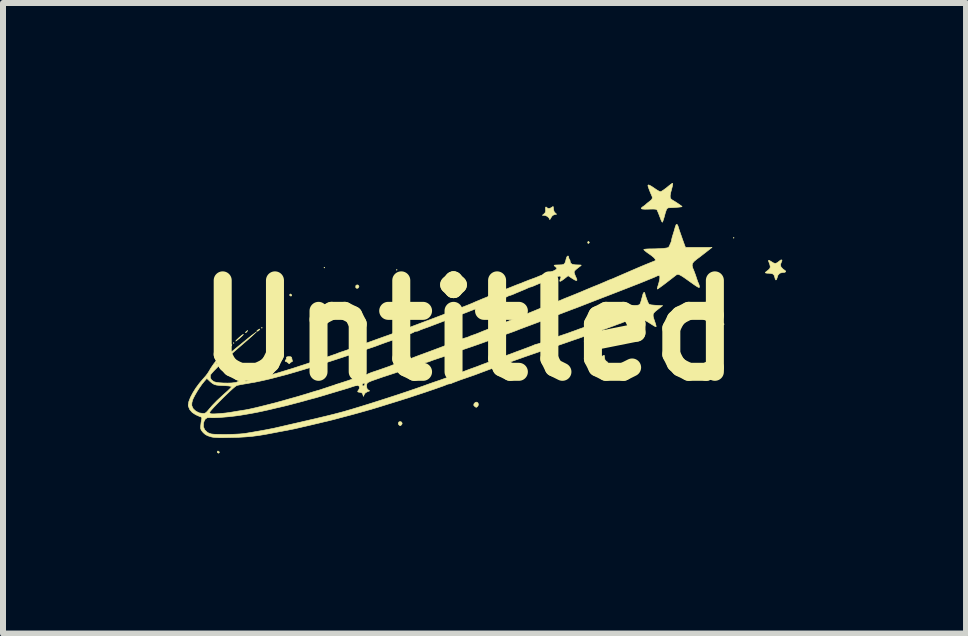
<source format=kicad_pcb>
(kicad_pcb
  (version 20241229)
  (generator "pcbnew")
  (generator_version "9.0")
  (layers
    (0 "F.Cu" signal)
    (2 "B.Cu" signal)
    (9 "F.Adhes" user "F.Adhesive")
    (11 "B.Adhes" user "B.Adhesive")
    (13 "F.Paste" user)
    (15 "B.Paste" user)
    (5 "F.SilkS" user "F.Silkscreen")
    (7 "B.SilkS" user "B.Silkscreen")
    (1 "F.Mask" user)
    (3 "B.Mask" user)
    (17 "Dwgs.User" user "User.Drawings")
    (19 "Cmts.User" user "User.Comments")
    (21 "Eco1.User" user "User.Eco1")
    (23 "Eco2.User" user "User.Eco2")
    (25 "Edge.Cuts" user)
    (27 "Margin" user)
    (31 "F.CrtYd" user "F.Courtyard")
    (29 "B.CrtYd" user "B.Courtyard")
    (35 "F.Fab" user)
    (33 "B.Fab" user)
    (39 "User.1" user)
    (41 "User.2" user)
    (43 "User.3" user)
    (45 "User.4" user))
  (footprint "Untitled"
    (layer "F.Cu")
    (at 4.761 2.456)
    (property "Reference" "Untitled" (at 0 0 0) (layer "F.SilkS") (effects (font (size 1.524 1.524) (thickness 0.3))))
    (attr through_hole)
    (fp_poly (pts (xy -3.912 0.21) (xy -3.918 0.216) (xy -3.924 0.21) (xy -3.918 0.203) (xy -3.912 0.21)) (stroke (width 0.01) (type solid)) (fill yes) (layer "F.SilkS"))
    (fp_poly (pts (xy -3.48 0.603) (xy -3.486 0.61) (xy -3.493 0.603) (xy -3.486 0.597) (xy -3.48 0.603)) (stroke (width 0.01) (type solid)) (fill yes) (layer "F.SilkS"))
    (fp_poly (pts (xy -3.442 -0.044) (xy -3.448 -0.038) (xy -3.454 -0.044) (xy -3.448 -0.051) (xy -3.442 -0.044)) (stroke (width 0.01) (type solid)) (fill yes) (layer "F.SilkS"))
    (fp_poly (pts (xy -3.442 0.578) (xy -3.448 0.584) (xy -3.454 0.578) (xy -3.448 0.572) (xy -3.442 0.578)) (stroke (width 0.01) (type solid)) (fill yes) (layer "F.SilkS"))
    (fp_poly (pts (xy -2.4 -1.048) (xy -2.407 -1.041) (xy -2.413 -1.048) (xy -2.407 -1.054) (xy -2.4 -1.048)) (stroke (width 0.01) (type solid)) (fill yes) (layer "F.SilkS"))
    (fp_poly (pts (xy -1.194 -1.01) (xy -1.2 -1.003) (xy -1.206 -1.01) (xy -1.2 -1.016) (xy -1.194 -1.01)) (stroke (width 0.01) (type solid)) (fill yes) (layer "F.SilkS"))
    (fp_poly (pts (xy 4.42 -1.543) (xy 4.413 -1.537) (xy 4.407 -1.543) (xy 4.413 -1.549) (xy 4.42 -1.543)) (stroke (width 0.01) (type solid)) (fill yes) (layer "F.SilkS"))
    (fp_poly (pts (xy -4.159 2.022) (xy -4.157 2.037) (xy -4.171 2.045) (xy -4.188 2.034) (xy -4.191 2.025) (xy -4.184 2.01) (xy -4.176 2.01) (xy -4.159 2.022)) (stroke (width 0.01) (type solid)) (fill yes) (layer "F.SilkS"))
    (fp_poly (pts (xy -2.953 -0.594) (xy -2.951 -0.579) (xy -2.964 -0.572) (xy -2.982 -0.582) (xy -2.985 -0.592) (xy -2.977 -0.606) (xy -2.969 -0.607) (xy -2.953 -0.594)) (stroke (width 0.01) (type solid)) (fill yes) (layer "F.SilkS"))
    (fp_poly (pts (xy -3.687 0.007) (xy -3.694 0.016) (xy -3.713 0.036) (xy -3.721 0.036) (xy -3.721 0.033) (xy -3.712 0.023) (xy -3.699 0.011) (xy -3.684 0.000096) (xy -3.687 0.007)) (stroke (width 0.01) (type solid)) (fill yes) (layer "F.SilkS"))
    (fp_poly (pts (xy -3.483 -0.019) (xy -3.491 -0.008) (xy -3.51 0.008) (xy -3.526 0.013) (xy -3.531 0.007) (xy -3.521 -0.003) (xy -3.502 -0.014) (xy -3.483 -0.024) (xy -3.483 -0.019)) (stroke (width 0.01) (type solid)) (fill yes) (layer "F.SilkS"))
    (fp_poly (pts (xy 2.008 -1.47) (xy 2.009 -1.467) (xy 1.999 -1.452) (xy 1.995 -1.45) (xy 1.983 -1.456) (xy 1.981 -1.467) (xy 1.988 -1.483) (xy 1.995 -1.483) (xy 2.008 -1.47)) (stroke (width 0.01) (type solid)) (fill yes) (layer "F.SilkS"))
    (fp_poly (pts (xy -3.509 0.628) (xy -3.526 0.641) (xy -3.559 0.66) (xy -3.562 0.662) (xy -3.574 0.666) (xy -3.564 0.655) (xy -3.556 0.649) (xy -3.53 0.631) (xy -3.512 0.623) (xy -3.512 0.623) (xy -3.509 0.628)) (stroke (width 0.01) (type solid)) (fill yes) (layer "F.SilkS"))
    (fp_poly (pts (xy -1.842 -0.754) (xy -1.831 -0.736) (xy -1.831 -0.727) (xy -1.844 -0.707) (xy -1.864 -0.701) (xy -1.881 -0.711) (xy -1.883 -0.715) (xy -1.883 -0.741) (xy -1.88 -0.749) (xy -1.862 -0.76) (xy -1.842 -0.754)) (stroke (width 0.01) (type solid)) (fill yes) (layer "F.SilkS"))
    (fp_poly (pts (xy -1.119 1.527) (xy -1.11 1.549) (xy -1.118 1.569) (xy -1.136 1.585) (xy -1.143 1.587) (xy -1.158 1.579) (xy -1.168 1.569) (xy -1.175 1.545) (xy -1.163 1.524) (xy -1.143 1.518) (xy -1.119 1.527)) (stroke (width 0.01) (type solid)) (fill yes) (layer "F.SilkS"))
    (fp_poly (pts (xy 0.15 1.204) (xy 0.16 1.227) (xy 0.155 1.254) (xy 0.148 1.264) (xy 0.131 1.279) (xy 0.118 1.279) (xy 0.097 1.264) (xy 0.082 1.246) (xy 0.087 1.223) (xy 0.088 1.22) (xy 0.109 1.199) (xy 0.127 1.194) (xy 0.15 1.204)) (stroke (width 0.01) (type solid)) (fill yes) (layer "F.SilkS"))
    (fp_poly (pts (xy -3.759 0.071) (xy -3.778 0.091) (xy -3.808 0.119) (xy -3.81 0.121) (xy -3.844 0.149) (xy -3.87 0.17) (xy -3.883 0.178) (xy -3.879 0.17) (xy -3.86 0.15) (xy -3.83 0.122) (xy -3.829 0.121) (xy -3.795 0.092) (xy -3.769 0.072) (xy -3.756 0.064) (xy -3.759 0.071)) (stroke (width 0.01) (type solid)) (fill yes) (layer "F.SilkS"))
    (fp_poly (pts (xy -2.385 -0.363) (xy -2.371 -0.341) (xy -2.369 -0.335) (xy -2.364 -0.31) (xy -2.365 -0.3) (xy -2.377 -0.292) (xy -2.388 -0.284) (xy -2.414 -0.278) (xy -2.432 -0.285) (xy -2.452 -0.306) (xy -2.453 -0.333) (xy -2.446 -0.359) (xy -2.426 -0.368) (xy -2.414 -0.368) (xy -2.385 -0.363)) (stroke (width 0.01) (type solid)) (fill yes) (layer "F.SilkS"))
    (fp_poly (pts (xy -2.965 0.439) (xy -2.952 0.45) (xy -2.951 0.456) (xy -2.945 0.485) (xy -2.941 0.498) (xy -2.939 0.517) (xy -2.947 0.521) (xy -2.967 0.53) (xy -2.977 0.541) (xy -2.991 0.555) (xy -3.004 0.547) (xy -3.009 0.541) (xy -3.031 0.524) (xy -3.043 0.521) (xy -3.059 0.513) (xy -3.057 0.497) (xy -3.047 0.488) (xy -3.038 0.47) (xy -3.039 0.459) (xy -3.037 0.444) (xy -3.018 0.438) (xy -2.998 0.436) (xy -2.965 0.439)) (stroke (width 0.01) (type solid)) (fill yes) (layer "F.SilkS"))
    (fp_poly (pts (xy 4.228 -0.175) (xy 4.229 -0.153) (xy 4.233 -0.126) (xy 4.242 -0.114) (xy 4.242 -0.114) (xy 4.254 -0.108) (xy 4.25 -0.096) (xy 4.231 -0.086) (xy 4.229 -0.085) (xy 4.208 -0.071) (xy 4.204 -0.058) (xy 4.194 -0.041) (xy 4.185 -0.038) (xy 4.168 -0.048) (xy 4.166 -0.057) (xy 4.155 -0.072) (xy 4.134 -0.076) (xy 4.109 -0.082) (xy 4.103 -0.095) (xy 4.12 -0.109) (xy 4.122 -0.11) (xy 4.136 -0.126) (xy 4.134 -0.149) (xy 4.131 -0.171) (xy 4.142 -0.174) (xy 4.152 -0.172) (xy 4.183 -0.171) (xy 4.203 -0.178) (xy 4.221 -0.184) (xy 4.228 -0.175)) (stroke (width 0.01) (type solid)) (fill yes) (layer "F.SilkS"))
    (fp_poly (pts (xy 1.408 -2.06) (xy 1.41 -2.034) (xy 1.41 -2.03) (xy 1.42 -1.983) (xy 1.437 -1.961) (xy 1.463 -1.937) (xy 1.427 -1.93) (xy 1.394 -1.915) (xy 1.369 -1.879) (xy 1.356 -1.855) (xy 1.348 -1.848) (xy 1.347 -1.851) (xy 1.335 -1.877) (xy 1.308 -1.901) (xy 1.274 -1.916) (xy 1.26 -1.918) (xy 1.226 -1.919) (xy 1.256 -1.944) (xy 1.276 -1.967) (xy 1.281 -1.995) (xy 1.279 -2.013) (xy 1.278 -2.044) (xy 1.285 -2.058) (xy 1.298 -2.051) (xy 1.302 -2.045) (xy 1.322 -2.033) (xy 1.352 -2.035) (xy 1.382 -2.05) (xy 1.386 -2.053) (xy 1.402 -2.065) (xy 1.408 -2.06)) (stroke (width 0.01) (type solid)) (fill yes) (layer "F.SilkS"))
    (fp_poly (pts (xy 2.259 0.418) (xy 2.261 0.442) (xy 2.261 0.449) (xy 2.269 0.489) (xy 2.289 0.512) (xy 2.318 0.532) (xy 2.285 0.533) (xy 2.247 0.543) (xy 2.226 0.568) (xy 2.223 0.587) (xy 2.217 0.607) (xy 2.206 0.606) (xy 2.194 0.587) (xy 2.192 0.578) (xy 2.18 0.554) (xy 2.155 0.546) (xy 2.146 0.546) (xy 2.117 0.541) (xy 2.109 0.529) (xy 2.126 0.512) (xy 2.129 0.51) (xy 2.143 0.494) (xy 2.143 0.463) (xy 2.142 0.459) (xy 2.138 0.429) (xy 2.145 0.421) (xy 2.167 0.429) (xy 2.173 0.433) (xy 2.2 0.439) (xy 2.229 0.426) (xy 2.23 0.426) (xy 2.251 0.414) (xy 2.259 0.418)) (stroke (width 0.01) (type solid)) (fill yes) (layer "F.SilkS"))
    (fp_poly (pts (xy 5.218 -1.173) (xy 5.216 -1.155) (xy 5.21 -1.143) (xy 5.193 -1.098) (xy 5.202 -1.058) (xy 5.235 -1.023) (xy 5.245 -1.016) (xy 5.275 -0.994) (xy 5.281 -0.978) (xy 5.262 -0.968) (xy 5.225 -0.965) (xy 5.182 -0.954) (xy 5.152 -0.922) (xy 5.138 -0.879) (xy 5.127 -0.847) (xy 5.116 -0.841) (xy 5.105 -0.859) (xy 5.101 -0.878) (xy 5.088 -0.919) (xy 5.066 -0.942) (xy 5.03 -0.951) (xy 5.002 -0.953) (xy 4.967 -0.954) (xy 4.944 -0.959) (xy 4.94 -0.962) (xy 4.95 -0.975) (xy 4.973 -0.993) (xy 4.979 -0.997) (xy 5.012 -1.026) (xy 5.024 -1.057) (xy 5.016 -1.098) (xy 5.011 -1.112) (xy 4.996 -1.151) (xy 4.994 -1.168) (xy 5.008 -1.167) (xy 5.038 -1.148) (xy 5.045 -1.144) (xy 5.082 -1.122) (xy 5.112 -1.117) (xy 5.142 -1.13) (xy 5.178 -1.159) (xy 5.203 -1.176) (xy 5.218 -1.173)) (stroke (width 0.01) (type solid)) (fill yes) (layer "F.SilkS"))
    (fp_poly (pts (xy 3.395 -2.451) (xy 3.398 -2.448) (xy 3.398 -2.434) (xy 3.392 -2.402) (xy 3.383 -2.367) (xy 3.365 -2.3) (xy 3.356 -2.252) (xy 3.356 -2.219) (xy 3.364 -2.196) (xy 3.382 -2.18) (xy 3.386 -2.177) (xy 3.453 -2.136) (xy 3.504 -2.102) (xy 3.538 -2.078) (xy 3.553 -2.065) (xy 3.553 -2.063) (xy 3.538 -2.059) (xy 3.504 -2.055) (xy 3.459 -2.051) (xy 3.41 -2.047) (xy 3.362 -2.045) (xy 3.351 -2.045) (xy 3.329 -2.044) (xy 3.312 -2.038) (xy 3.299 -2.024) (xy 3.287 -1.996) (xy 3.273 -1.953) (xy 3.256 -1.889) (xy 3.243 -1.847) (xy 3.232 -1.816) (xy 3.225 -1.803) (xy 3.225 -1.803) (xy 3.216 -1.814) (xy 3.203 -1.842) (xy 3.195 -1.864) (xy 3.165 -1.942) (xy 3.142 -1.997) (xy 3.137 -2.007) (xy 3.128 -2.015) (xy 3.108 -2.021) (xy 3.074 -2.023) (xy 3.021 -2.022) (xy 2.999 -2.021) (xy 2.934 -2.02) (xy 2.893 -2.023) (xy 2.874 -2.029) (xy 2.876 -2.041) (xy 2.896 -2.059) (xy 2.905 -2.065) (xy 2.934 -2.085) (xy 2.953 -2.102) (xy 2.97 -2.118) (xy 3 -2.141) (xy 3.013 -2.151) (xy 3.047 -2.18) (xy 3.059 -2.207) (xy 3.053 -2.237) (xy 3.049 -2.245) (xy 3.037 -2.272) (xy 3.021 -2.31) (xy 3.005 -2.351) (xy 2.992 -2.387) (xy 2.985 -2.411) (xy 2.985 -2.415) (xy 2.991 -2.425) (xy 3.011 -2.42) (xy 3.047 -2.4) (xy 3.093 -2.369) (xy 3.134 -2.341) (xy 3.169 -2.321) (xy 3.191 -2.312) (xy 3.193 -2.311) (xy 3.212 -2.319) (xy 3.243 -2.339) (xy 3.281 -2.367) (xy 3.286 -2.37) (xy 3.332 -2.408) (xy 3.363 -2.432) (xy 3.381 -2.445) (xy 3.391 -2.451) (xy 3.395 -2.451)) (stroke (width 0.01) (type solid)) (fill yes) (layer "F.SilkS"))
    (fp_poly (pts (xy 3.48 -1.754) (xy 3.491 -1.724) (xy 3.5 -1.693) (xy 3.516 -1.646) (xy 3.536 -1.589) (xy 3.557 -1.529) (xy 3.577 -1.473) (xy 3.593 -1.429) (xy 3.597 -1.419) (xy 3.61 -1.384) (xy 4.053 -1.384) (xy 3.96 -1.311) (xy 3.907 -1.27) (xy 3.852 -1.227) (xy 3.803 -1.191) (xy 3.794 -1.184) (xy 3.75 -1.147) (xy 3.726 -1.114) (xy 3.722 -1.079) (xy 3.734 -1.034) (xy 3.745 -1.01) (xy 3.761 -0.968) (xy 3.78 -0.917) (xy 3.791 -0.883) (xy 3.805 -0.841) (xy 3.816 -0.808) (xy 3.823 -0.794) (xy 3.832 -0.773) (xy 3.841 -0.745) (xy 3.844 -0.725) (xy 3.841 -0.716) (xy 3.828 -0.717) (xy 3.803 -0.731) (xy 3.763 -0.757) (xy 3.708 -0.796) (xy 3.635 -0.848) (xy 3.581 -0.886) (xy 3.54 -0.912) (xy 3.511 -0.927) (xy 3.49 -0.934) (xy 3.474 -0.933) (xy 3.461 -0.927) (xy 3.45 -0.919) (xy 3.429 -0.903) (xy 3.392 -0.874) (xy 3.345 -0.838) (xy 3.292 -0.797) (xy 3.283 -0.79) (xy 3.233 -0.752) (xy 3.19 -0.721) (xy 3.159 -0.699) (xy 3.143 -0.69) (xy 3.141 -0.69) (xy 3.142 -0.704) (xy 3.149 -0.733) (xy 3.155 -0.751) (xy 3.169 -0.8) (xy 3.181 -0.851) (xy 3.182 -0.86) (xy 3.184 -0.898) (xy 3.173 -0.915) (xy 3.147 -0.912) (xy 3.127 -0.903) (xy 3.106 -0.893) (xy 3.076 -0.88) (xy 3.03 -0.861) (xy 3.007 -0.852) (xy 2.975 -0.839) (xy 2.937 -0.823) (xy 2.934 -0.822) (xy 2.92 -0.816) (xy 2.897 -0.807) (xy 2.863 -0.793) (xy 2.817 -0.775) (xy 2.758 -0.752) (xy 2.684 -0.723) (xy 2.594 -0.688) (xy 2.486 -0.646) (xy 2.36 -0.597) (xy 2.214 -0.541) (xy 2.046 -0.476) (xy 1.918 -0.426) (xy 1.862 -0.404) (xy 1.792 -0.377) (xy 1.716 -0.349) (xy 1.651 -0.324) (xy 1.59 -0.301) (xy 1.536 -0.28) (xy 1.493 -0.264) (xy 1.469 -0.255) (xy 1.467 -0.254) (xy 1.446 -0.245) (xy 1.406 -0.23) (xy 1.354 -0.211) (xy 1.294 -0.188) (xy 1.286 -0.185) (xy 1.207 -0.156) (xy 1.117 -0.122) (xy 1.029 -0.089) (xy 0.975 -0.069) (xy 0.914 -0.046) (xy 0.86 -0.026) (xy 0.819 -0.01) (xy 0.795 -0.000441) (xy 0.794 0.000162) (xy 0.771 0.009) (xy 0.731 0.024) (xy 0.681 0.042) (xy 0.66 0.049) (xy 0.564 0.083) (xy 0.489 0.109) (xy 0.433 0.129) (xy 0.391 0.144) (xy 0.363 0.155) (xy 0.344 0.162) (xy 0.337 0.166) (xy 0.313 0.176) (xy 0.269 0.192) (xy 0.211 0.213) (xy 0.143 0.237) (xy 0.069 0.263) (xy -0.005 0.288) (xy -0.075 0.312) (xy -0.095 0.319) (xy -0.15 0.338) (xy -0.2 0.356) (xy -0.237 0.37) (xy -0.248 0.374) (xy -0.274 0.385) (xy -0.319 0.401) (xy -0.375 0.421) (xy -0.438 0.442) (xy -0.445 0.444) (xy -0.506 0.464) (xy -0.561 0.483) (xy -0.603 0.497) (xy -0.627 0.506) (xy -0.629 0.507) (xy -0.662 0.52) (xy -0.679 0.525) (xy -0.697 0.53) (xy -0.728 0.54) (xy -0.777 0.556) (xy -0.843 0.578) (xy -0.93 0.608) (xy -1.038 0.645) (xy -1.067 0.655) (xy -1.097 0.665) (xy -1.146 0.681) (xy -1.21 0.702) (xy -1.283 0.726) (xy -1.359 0.751) (xy -1.436 0.776) (xy -1.508 0.801) (xy -1.571 0.823) (xy -1.619 0.84) (xy -1.648 0.852) (xy -1.681 0.868) (xy -1.697 0.885) (xy -1.702 0.91) (xy -1.702 0.926) (xy -1.698 0.964) (xy -1.684 0.985) (xy -1.673 0.992) (xy -1.655 1.003) (xy -1.657 1.01) (xy -1.681 1.017) (xy -1.684 1.018) (xy -1.723 1.04) (xy -1.74 1.063) (xy -1.756 1.099) (xy -1.765 1.067) (xy -1.778 1.043) (xy -1.805 1.032) (xy -1.813 1.031) (xy -1.844 1.026) (xy -1.852 1.015) (xy -1.839 0.995) (xy -1.834 0.989) (xy -1.822 0.963) (xy -1.824 0.936) (xy -1.839 0.917) (xy -1.851 0.914) (xy -1.874 0.918) (xy -1.911 0.928) (xy -1.942 0.938) (xy -1.998 0.957) (xy -2.057 0.975) (xy -2.083 0.983) (xy -2.135 0.998) (xy -2.195 1.016) (xy -2.235 1.028) (xy -2.335 1.058) (xy -2.414 1.082) (xy -2.475 1.1) (xy -2.52 1.113) (xy -2.554 1.123) (xy -2.578 1.129) (xy -2.578 1.129) (xy -2.612 1.138) (xy -2.661 1.151) (xy -2.715 1.166) (xy -2.724 1.169) (xy -2.827 1.197) (xy -2.911 1.219) (xy -2.979 1.237) (xy -3.037 1.252) (xy -3.088 1.264) (xy -3.138 1.276) (xy -3.169 1.283) (xy -3.217 1.294) (xy -3.267 1.306) (xy -3.27 1.307) (xy -3.347 1.325) (xy -3.433 1.344) (xy -3.518 1.362) (xy -3.575 1.373) (xy -3.63 1.383) (xy -3.687 1.393) (xy -3.715 1.398) (xy -3.799 1.412) (xy -3.891 1.425) (xy -3.985 1.436) (xy -4.077 1.444) (xy -4.162 1.451) (xy -4.234 1.454) (xy -4.289 1.454) (xy -4.311 1.452) (xy -4.357 1.454) (xy -4.39 1.475) (xy -4.412 1.517) (xy -4.42 1.545) (xy -4.422 1.604) (xy -4.4 1.656) (xy -4.357 1.697) (xy -4.337 1.708) (xy -4.316 1.717) (xy -4.293 1.724) (xy -4.263 1.728) (xy -4.222 1.731) (xy -4.166 1.732) (xy -4.091 1.733) (xy -4.058 1.733) (xy -3.975 1.732) (xy -3.893 1.729) (xy -3.818 1.725) (xy -3.757 1.72) (xy -3.727 1.716) (xy -3.668 1.706) (xy -3.596 1.694) (xy -3.516 1.68) (xy -3.436 1.666) (xy -3.361 1.652) (xy -3.296 1.639) (xy -3.248 1.63) (xy -3.232 1.626) (xy -3.11 1.598) (xy -2.963 1.564) (xy -2.792 1.525) (xy -2.756 1.516) (xy -2.697 1.503) (xy -2.634 1.488) (xy -2.597 1.48) (xy -2.484 1.453) (xy -2.367 1.425) (xy -2.254 1.397) (xy -2.151 1.37) (xy -2.065 1.347) (xy -2.057 1.344) (xy -1.94 1.31) (xy -1.805 1.269) (xy -1.656 1.223) (xy -1.499 1.173) (xy -1.34 1.122) (xy -1.183 1.071) (xy -1.034 1.021) (xy -0.899 0.975) (xy -0.782 0.934) (xy -0.781 0.934) (xy -0.715 0.91) (xy -0.645 0.885) (xy -0.582 0.863) (xy -0.559 0.855) (xy -0.467 0.824) (xy -0.352 0.782) (xy -0.216 0.732) (xy -0.102 0.69) (xy -0.041 0.667) (xy 0.02 0.644) (xy 0.071 0.626) (xy 0.089 0.619) (xy 0.132 0.604) (xy 0.168 0.59) (xy 0.184 0.584) (xy 0.206 0.575) (xy 0.246 0.56) (xy 0.297 0.541) (xy 0.337 0.527) (xy 0.398 0.504) (xy 0.473 0.476) (xy 0.555 0.445) (xy 0.632 0.416) (xy 0.641 0.412) (xy 0.718 0.384) (xy 0.799 0.353) (xy 0.876 0.325) (xy 0.94 0.301) (xy 0.946 0.299) (xy 1.001 0.278) (xy 1.048 0.26) (xy 1.082 0.246) (xy 1.095 0.24) (xy 1.122 0.23) (xy 1.133 0.229) (xy 1.15 0.224) (xy 1.186 0.213) (xy 1.235 0.195) (xy 1.292 0.174) (xy 1.351 0.152) (xy 1.408 0.13) (xy 1.416 0.126) (xy 1.441 0.117) (xy 1.481 0.103) (xy 1.524 0.089) (xy 1.579 0.07) (xy 1.642 0.049) (xy 1.705 0.026) (xy 1.761 0.006) (xy 1.802 -0.009) (xy 1.81 -0.012) (xy 1.836 -0.022) (xy 1.882 -0.038) (xy 1.946 -0.06) (xy 2.032 -0.088) (xy 2.139 -0.124) (xy 2.268 -0.166) (xy 2.33 -0.187) (xy 2.433 -0.221) (xy 2.515 -0.247) (xy 2.577 -0.268) (xy 2.623 -0.284) (xy 2.654 -0.296) (xy 2.675 -0.305) (xy 2.686 -0.311) (xy 2.691 -0.317) (xy 2.693 -0.323) (xy 2.692 -0.329) (xy 2.682 -0.348) (xy 2.656 -0.365) (xy 2.654 -0.367) (xy 2.629 -0.382) (xy 2.62 -0.397) (xy 2.62 -0.398) (xy 2.624 -0.405) (xy 2.633 -0.41) (xy 2.652 -0.413) (xy 2.684 -0.415) (xy 2.736 -0.417) (xy 2.766 -0.417) (xy 2.807 -0.419) (xy 2.834 -0.425) (xy 2.852 -0.439) (xy 2.864 -0.468) (xy 2.878 -0.515) (xy 2.881 -0.527) (xy 2.892 -0.567) (xy 2.901 -0.601) (xy 2.902 -0.606) (xy 2.913 -0.629) (xy 2.926 -0.635) (xy 2.933 -0.622) (xy 2.934 -0.618) (xy 2.938 -0.598) (xy 2.95 -0.562) (xy 2.965 -0.52) (xy 2.981 -0.478) (xy 2.996 -0.446) (xy 2.996 -0.445) (xy 3.01 -0.434) (xy 3.04 -0.426) (xy 3.09 -0.421) (xy 3.118 -0.419) (xy 3.23 -0.413) (xy 3.158 -0.357) (xy 3.111 -0.32) (xy 3.083 -0.291) (xy 3.071 -0.263) (xy 3.073 -0.23) (xy 3.086 -0.185) (xy 3.093 -0.165) (xy 3.108 -0.12) (xy 3.119 -0.084) (xy 3.122 -0.064) (xy 3.122 -0.063) (xy 3.11 -0.064) (xy 3.084 -0.078) (xy 3.047 -0.101) (xy 3.036 -0.108) (xy 2.994 -0.135) (xy 2.958 -0.156) (xy 2.933 -0.165) (xy 2.931 -0.165) (xy 2.91 -0.157) (xy 2.877 -0.137) (xy 2.838 -0.107) (xy 2.83 -0.101) (xy 2.793 -0.072) (xy 2.764 -0.051) (xy 2.748 -0.043) (xy 2.746 -0.043) (xy 2.746 -0.058) (xy 2.753 -0.089) (xy 2.761 -0.116) (xy 2.772 -0.156) (xy 2.775 -0.184) (xy 2.772 -0.192) (xy 2.755 -0.194) (xy 2.721 -0.188) (xy 2.677 -0.175) (xy 2.628 -0.159) (xy 2.584 -0.141) (xy 2.555 -0.129) (xy 2.518 -0.115) (xy 2.515 -0.114) (xy 2.477 -0.101) (xy 2.447 -0.089) (xy 2.445 -0.089) (xy 2.421 -0.079) (xy 2.381 -0.065) (xy 2.333 -0.047) (xy 2.324 -0.044) (xy 2.275 -0.026) (xy 2.233 -0.011) (xy 2.206 -0.000258) (xy 2.203 0.001) (xy 2.176 0.011) (xy 2.137 0.025) (xy 2.121 0.03) (xy 2.091 0.04) (xy 2.042 0.057) (xy 1.979 0.079) (xy 1.906 0.104) (xy 1.828 0.132) (xy 1.822 0.134) (xy 1.728 0.166) (xy 1.622 0.203) (xy 1.515 0.24) (xy 1.415 0.274) (xy 1.359 0.293) (xy 1.257 0.327) (xy 1.157 0.361) (xy 1.053 0.397) (xy 0.94 0.436) (xy 0.814 0.481) (xy 0.705 0.52) (xy 0.646 0.541) (xy 0.575 0.566) (xy 0.504 0.591) (xy 0.476 0.601) (xy 0.405 0.627) (xy 0.325 0.656) (xy 0.251 0.684) (xy 0.229 0.692) (xy 0.168 0.715) (xy 0.107 0.738) (xy 0.056 0.756) (xy 0.038 0.762) (xy -0.034 0.787) (xy -0.104 0.811) (xy -0.169 0.834) (xy -0.223 0.855) (xy -0.264 0.87) (xy -0.286 0.88) (xy -0.289 0.882) (xy -0.307 0.888) (xy -0.32 0.889) (xy -0.351 0.895) (xy -0.365 0.901) (xy -0.387 0.91) (xy -0.428 0.926) (xy -0.488 0.947) (xy -0.561 0.973) (xy -0.644 1.001) (xy -0.734 1.032) (xy -0.828 1.063) (xy -0.922 1.094) (xy -1.012 1.124) (xy -1.096 1.15) (xy -1.13 1.161) (xy -1.262 1.202) (xy -1.375 1.237) (xy -1.468 1.266) (xy -1.54 1.288) (xy -1.59 1.303) (xy -1.617 1.311) (xy -1.619 1.312) (xy -1.643 1.319) (xy -1.684 1.33) (xy -1.732 1.344) (xy -1.74 1.346) (xy -1.8 1.363) (xy -1.875 1.384) (xy -1.959 1.407) (xy -2.047 1.43) (xy -2.134 1.453) (xy -2.215 1.475) (xy -2.285 1.493) (xy -2.339 1.506) (xy -2.362 1.512) (xy -2.39 1.518) (xy -2.437 1.529) (xy -2.497 1.544) (xy -2.566 1.56) (xy -2.603 1.569) (xy -2.706 1.593) (xy -2.789 1.612) (xy -2.857 1.628) (xy -2.914 1.641) (xy -2.967 1.651) (xy -3.018 1.662) (xy -3.074 1.672) (xy -3.099 1.677) (xy -3.14 1.684) (xy -3.195 1.695) (xy -3.252 1.706) (xy -3.258 1.707) (xy -3.39 1.732) (xy -3.507 1.751) (xy -3.616 1.765) (xy -3.726 1.774) (xy -3.844 1.781) (xy -3.975 1.784) (xy -4.078 1.786) (xy -4.159 1.786) (xy -4.22 1.783) (xy -4.264 1.779) (xy -4.293 1.773) (xy -4.349 1.755) (xy -4.389 1.734) (xy -4.422 1.705) (xy -4.438 1.687) (xy -4.459 1.659) (xy -4.468 1.631) (xy -4.467 1.593) (xy -4.466 1.582) (xy -4.461 1.537) (xy -4.454 1.496) (xy -4.451 1.483) (xy -4.448 1.456) (xy -4.46 1.442) (xy -4.466 1.44) (xy -4.49 1.431) (xy -4.528 1.414) (xy -4.554 1.402) (xy -4.608 1.366) (xy -4.649 1.319) (xy -4.671 1.266) (xy -4.673 1.245) (xy -4.616 1.245) (xy -4.615 1.255) (xy -4.591 1.306) (xy -4.547 1.346) (xy -4.49 1.374) (xy -4.431 1.383) (xy -4.401 1.381) (xy -4.377 1.368) (xy -4.351 1.341) (xy -4.342 1.33) (xy -4.273 1.249) (xy -4.196 1.17) (xy -4.107 1.087) (xy -4.067 1.051) (xy -4.022 1.011) (xy -3.985 0.976) (xy -3.961 0.95) (xy -3.953 0.936) (xy -3.953 0.936) (xy -3.967 0.93) (xy -4.003 0.924) (xy -4.055 0.92) (xy -4.087 0.919) (xy -4.155 0.916) (xy -4.205 0.91) (xy -4.243 0.899) (xy -4.275 0.88) (xy -4.309 0.852) (xy -4.319 0.842) (xy -4.365 0.799) (xy -4.407 0.847) (xy -4.446 0.895) (xy -4.488 0.955) (xy -4.529 1.019) (xy -4.565 1.082) (xy -4.592 1.135) (xy -4.602 1.16) (xy -4.614 1.205) (xy -4.616 1.245) (xy -4.673 1.245) (xy -4.674 1.24) (xy -4.665 1.186) (xy -4.639 1.118) (xy -4.599 1.042) (xy -4.548 0.96) (xy -4.487 0.878) (xy -4.42 0.8) (xy -4.383 0.758) (xy -4.35 0.714) (xy -4.328 0.679) (xy -4.296 0.625) (xy -4.253 0.562) (xy -4.202 0.495) (xy -4.148 0.428) (xy -4.093 0.364) (xy -4.041 0.309) (xy -3.995 0.267) (xy -3.96 0.241) (xy -3.957 0.239) (xy -3.948 0.236) (xy -3.948 0.241) (xy -3.96 0.256) (xy -3.984 0.284) (xy -4.022 0.325) (xy -4.076 0.383) (xy -4.088 0.395) (xy -4.135 0.448) (xy -4.172 0.494) (xy -4.196 0.529) (xy -4.204 0.55) (xy -4.195 0.554) (xy -4.172 0.542) (xy -4.137 0.518) (xy -4.095 0.483) (xy -4.083 0.471) (xy -4.043 0.436) (xy -4.005 0.402) (xy -3.981 0.381) (xy -3.932 0.34) (xy -3.873 0.291) (xy -3.809 0.239) (xy -3.746 0.187) (xy -3.688 0.14) (xy -3.639 0.101) (xy -3.604 0.073) (xy -3.6 0.071) (xy -3.537 0.022) (xy -3.589 0.071) (xy -3.621 0.1) (xy -3.665 0.14) (xy -3.716 0.184) (xy -3.753 0.216) (xy -3.833 0.285) (xy -3.914 0.356) (xy -3.994 0.428) (xy -4.069 0.499) (xy -4.139 0.564) (xy -4.199 0.624) (xy -4.248 0.674) (xy -4.283 0.713) (xy -4.303 0.738) (xy -4.305 0.743) (xy -4.308 0.784) (xy -4.289 0.822) (xy -4.25 0.852) (xy -4.243 0.855) (xy -4.207 0.865) (xy -4.152 0.872) (xy -4.087 0.876) (xy -4.018 0.877) (xy -3.952 0.875) (xy -3.898 0.869) (xy -3.873 0.864) (xy -3.845 0.851) (xy -3.803 0.826) (xy -3.753 0.794) (xy -3.717 0.768) (xy -3.665 0.73) (xy -3.628 0.705) (xy -3.606 0.692) (xy -3.6 0.692) (xy -3.613 0.705) (xy -3.644 0.732) (xy -3.664 0.749) (xy -3.708 0.786) (xy -3.73 0.814) (xy -3.732 0.834) (xy -3.722 0.844) (xy -3.701 0.845) (xy -3.687 0.84) (xy -3.667 0.834) (xy -3.627 0.822) (xy -3.572 0.808) (xy -3.507 0.792) (xy -3.467 0.782) (xy -3.384 0.762) (xy -3.319 0.746) (xy -3.268 0.732) (xy -3.224 0.72) (xy -3.182 0.708) (xy -3.15 0.698) (xy -3.123 0.69) (xy -3.081 0.677) (xy -3.028 0.661) (xy -3.004 0.653) (xy -2.956 0.639) (xy -2.893 0.619) (xy -2.817 0.594) (xy -2.733 0.567) (xy -2.644 0.537) (xy -2.553 0.508) (xy -2.466 0.478) (xy -2.385 0.451) (xy -2.314 0.427) (xy -2.257 0.407) (xy -2.218 0.394) (xy -2.203 0.388) (xy -2.168 0.374) (xy -2.123 0.358) (xy -2.102 0.352) (xy -2.062 0.338) (xy -2.007 0.319) (xy -1.946 0.298) (xy -1.911 0.285) (xy -1.853 0.264) (xy -1.789 0.24) (xy -1.715 0.214) (xy -1.629 0.183) (xy -1.527 0.146) (xy -1.407 0.103) (xy -1.333 0.077) (xy -1.265 0.052) (xy -1.194 0.026) (xy -1.13 0.003) (xy -1.092 -0.012) (xy -1.041 -0.031) (xy -0.975 -0.056) (xy -0.904 -0.083) (xy -0.845 -0.105) (xy -0.704 -0.158) (xy -0.566 -0.21) (xy -0.435 -0.26) (xy -0.313 -0.307) (xy -0.201 -0.35) (xy -0.103 -0.389) (xy -0.021 -0.421) (xy 0.043 -0.447) (xy 0.087 -0.466) (xy 0.095 -0.47) (xy 0.127 -0.484) (xy 0.176 -0.504) (xy 0.235 -0.529) (xy 0.292 -0.552) (xy 0.352 -0.577) (xy 0.407 -0.599) (xy 0.451 -0.617) (xy 0.476 -0.628) (xy 0.517 -0.645) (xy 0.571 -0.667) (xy 0.632 -0.693) (xy 0.696 -0.718) (xy 0.755 -0.742) (xy 0.803 -0.761) (xy 0.835 -0.773) (xy 0.838 -0.774) (xy 0.881 -0.79) (xy 0.92 -0.807) (xy 0.921 -0.807) (xy 0.954 -0.82) (xy 0.999 -0.838) (xy 1.035 -0.851) (xy 1.081 -0.868) (xy 1.122 -0.883) (xy 1.143 -0.892) (xy 1.179 -0.907) (xy 1.212 -0.92) (xy 1.25 -0.933) (xy 1.3 -0.951) (xy 1.327 -0.96) (xy 1.377 -0.978) (xy 1.42 -0.996) (xy 1.448 -1.011) (xy 1.452 -1.014) (xy 1.467 -1.03) (xy 1.464 -1.043) (xy 1.449 -1.056) (xy 1.429 -1.074) (xy 1.422 -1.085) (xy 1.434 -1.089) (xy 1.464 -1.091) (xy 1.505 -1.092) (xy 1.552 -1.094) (xy 1.582 -1.102) (xy 1.601 -1.121) (xy 1.614 -1.157) (xy 1.624 -1.199) (xy 1.635 -1.227) (xy 1.649 -1.241) (xy 1.66 -1.238) (xy 1.664 -1.221) (xy 1.669 -1.196) (xy 1.676 -1.187) (xy 1.686 -1.17) (xy 1.689 -1.149) (xy 1.697 -1.121) (xy 1.723 -1.103) (xy 1.768 -1.094) (xy 1.812 -1.092) (xy 1.853 -1.091) (xy 1.872 -1.089) (xy 1.872 -1.083) (xy 1.858 -1.072) (xy 1.854 -1.069) (xy 1.823 -1.046) (xy 1.788 -1.017) (xy 1.785 -1.015) (xy 1.762 -0.991) (xy 1.755 -0.973) (xy 1.761 -0.947) (xy 1.764 -0.938) (xy 1.779 -0.9) (xy 1.794 -0.868) (xy 1.794 -0.867) (xy 1.803 -0.84) (xy 1.794 -0.831) (xy 1.768 -0.84) (xy 1.724 -0.866) (xy 1.723 -0.867) (xy 1.655 -0.912) (xy 1.589 -0.86) (xy 1.548 -0.83) (xy 1.524 -0.818) (xy 1.515 -0.823) (xy 1.521 -0.846) (xy 1.526 -0.856) (xy 1.535 -0.883) (xy 1.534 -0.899) (xy 1.519 -0.906) (xy 1.489 -0.902) (xy 1.442 -0.888) (xy 1.374 -0.863) (xy 1.331 -0.845) (xy 1.263 -0.818) (xy 1.199 -0.792) (xy 1.144 -0.769) (xy 1.106 -0.753) (xy 1.096 -0.748) (xy 1.061 -0.734) (xy 1.035 -0.725) (xy 1.029 -0.724) (xy 1.007 -0.718) (xy 0.994 -0.712) (xy 0.971 -0.701) (xy 0.933 -0.684) (xy 0.889 -0.666) (xy 0.837 -0.644) (xy 0.786 -0.623) (xy 0.753 -0.608) (xy 0.718 -0.594) (xy 0.692 -0.585) (xy 0.687 -0.584) (xy 0.669 -0.579) (xy 0.638 -0.564) (xy 0.615 -0.552) (xy 0.578 -0.534) (xy 0.55 -0.523) (xy 0.54 -0.521) (xy 0.517 -0.515) (xy 0.472 -0.5) (xy 0.405 -0.474) (xy 0.349 -0.451) (xy 0.322 -0.44) (xy 0.278 -0.423) (xy 0.223 -0.402) (xy 0.171 -0.382) (xy 0.107 -0.357) (xy 0.042 -0.332) (xy -0.014 -0.31) (xy -0.044 -0.298) (xy -0.082 -0.284) (xy -0.138 -0.263) (xy -0.208 -0.236) (xy -0.287 -0.205) (xy -0.371 -0.173) (xy -0.455 -0.141) (xy -0.533 -0.111) (xy -0.602 -0.085) (xy -0.641 -0.07) (xy -0.692 -0.051) (xy -0.741 -0.034) (xy -0.768 -0.024) (xy -0.803 -0.011) (xy -0.827 0.000016) (xy -0.831 0.003) (xy -0.853 0.011) (xy -0.87 0.013) (xy -0.897 0.018) (xy -0.909 0.024) (xy -0.927 0.035) (xy -0.96 0.049) (xy -0.978 0.055) (xy -1.054 0.082) (xy -1.121 0.105) (xy -1.174 0.124) (xy -1.208 0.137) (xy -1.213 0.139) (xy -1.244 0.151) (xy -1.276 0.163) (xy -1.326 0.18) (xy -1.381 0.199) (xy -1.436 0.219) (xy -1.485 0.237) (xy -1.519 0.25) (xy -1.53 0.254) (xy -1.549 0.261) (xy -1.589 0.275) (xy -1.646 0.294) (xy -1.717 0.318) (xy -1.8 0.346) (xy -1.89 0.376) (xy -1.985 0.408) (xy -2.081 0.44) (xy -2.175 0.471) (xy -2.264 0.5) (xy -2.344 0.526) (xy -2.413 0.548) (xy -2.466 0.565) (xy -2.496 0.575) (xy -2.56 0.594) (xy -2.631 0.615) (xy -2.692 0.633) (xy -2.748 0.65) (xy -2.802 0.666) (xy -2.844 0.679) (xy -2.845 0.679) (xy -2.892 0.693) (xy -2.954 0.711) (xy -3.023 0.731) (xy -3.09 0.749) (xy -3.137 0.761) (xy -3.18 0.772) (xy -3.227 0.785) (xy -3.232 0.786) (xy -3.298 0.803) (xy -3.373 0.821) (xy -3.449 0.838) (xy -3.519 0.853) (xy -3.573 0.864) (xy -3.581 0.865) (xy -3.629 0.873) (xy -3.69 0.884) (xy -3.75 0.894) (xy -3.756 0.895) (xy -3.805 0.904) (xy -3.844 0.912) (xy -3.867 0.917) (xy -3.87 0.919) (xy -3.896 0.938) (xy -3.934 0.97) (xy -3.981 1.013) (xy -4.034 1.064) (xy -4.09 1.118) (xy -4.146 1.174) (xy -4.199 1.228) (xy -4.246 1.277) (xy -4.283 1.318) (xy -4.308 1.347) (xy -4.318 1.363) (xy -4.318 1.364) (xy -4.309 1.384) (xy -4.302 1.388) (xy -4.277 1.39) (xy -4.233 1.39) (xy -4.176 1.387) (xy -4.112 1.382) (xy -4.046 1.375) (xy -3.985 1.367) (xy -3.962 1.363) (xy -3.901 1.353) (xy -3.837 1.342) (xy -3.784 1.334) (xy -3.778 1.333) (xy -3.722 1.324) (xy -3.668 1.314) (xy -3.61 1.301) (xy -3.54 1.285) (xy -3.454 1.264) (xy -3.394 1.249) (xy -3.339 1.235) (xy -3.295 1.224) (xy -3.277 1.219) (xy -3.239 1.21) (xy -3.191 1.197) (xy -3.156 1.187) (xy -3.107 1.174) (xy -3.062 1.161) (xy -3.038 1.154) (xy -2.996 1.142) (xy -2.953 1.13) (xy -2.909 1.118) (xy -2.867 1.106) (xy -2.839 1.098) (xy -2.793 1.084) (xy -2.735 1.067) (xy -2.673 1.048) (xy -2.613 1.029) (xy -2.559 1.013) (xy -2.518 1.001) (xy -2.496 0.995) (xy -2.496 0.995) (xy -2.461 0.984) (xy -2.445 0.978) (xy -2.426 0.972) (xy -2.387 0.959) (xy -2.33 0.94) (xy -2.26 0.917) (xy -2.233 0.908) (xy -1.778 0.908) (xy -1.77 0.924) (xy -1.753 0.925) (xy -1.737 0.911) (xy -1.735 0.906) (xy -1.731 0.885) (xy -1.733 0.879) (xy -1.749 0.877) (xy -1.768 0.889) (xy -1.778 0.907) (xy -1.778 0.908) (xy -2.233 0.908) (xy -2.18 0.89) (xy -2.102 0.865) (xy -2.016 0.837) (xy -1.937 0.81) (xy -1.868 0.787) (xy -1.814 0.768) (xy -1.777 0.755) (xy -1.762 0.749) (xy -1.734 0.738) (xy -1.721 0.737) (xy -1.693 0.731) (xy -1.679 0.724) (xy -1.654 0.713) (xy -1.616 0.699) (xy -1.6 0.693) (xy -1.554 0.678) (xy -1.498 0.659) (xy -1.438 0.638) (xy -1.381 0.618) (xy -1.332 0.601) (xy -1.298 0.588) (xy -1.289 0.584) (xy -1.249 0.568) (xy -1.198 0.549) (xy -1.144 0.529) (xy -1.092 0.51) (xy -1.048 0.495) (xy -1.017 0.485) (xy -1.006 0.483) (xy -0.982 0.477) (xy -0.968 0.471) (xy -0.947 0.461) (xy -0.909 0.446) (xy -0.859 0.427) (xy -0.819 0.412) (xy -0.764 0.392) (xy -0.716 0.374) (xy -0.68 0.361) (xy -0.667 0.356) (xy -0.637 0.345) (xy -0.6 0.331) (xy -0.597 0.33) (xy -0.565 0.318) (xy -0.517 0.3) (xy -0.463 0.28) (xy -0.445 0.273) (xy -0.384 0.25) (xy -0.322 0.226) (xy -0.27 0.207) (xy -0.26 0.203) (xy -0.217 0.187) (xy -0.182 0.172) (xy -0.165 0.164) (xy -0.149 0.155) (xy -0.131 0.147) (xy -0.104 0.138) (xy -0.064 0.126) (xy -0.027 0.115) (xy 0.000234 0.105) (xy 0.006 0.102) (xy 0.026 0.093) (xy 0.059 0.081) (xy 0.07 0.077) (xy 0.111 0.063) (xy 0.162 0.043) (xy 0.191 0.031) (xy 0.237 0.012) (xy 0.296 -0.011) (xy 0.355 -0.034) (xy 0.365 -0.037) (xy 0.419 -0.058) (xy 0.471 -0.078) (xy 0.51 -0.094) (xy 0.517 -0.097) (xy 0.554 -0.113) (xy 0.586 -0.126) (xy 0.591 -0.128) (xy 0.611 -0.136) (xy 0.65 -0.151) (xy 0.703 -0.172) (xy 0.766 -0.197) (xy 0.8 -0.21) (xy 0.868 -0.237) (xy 0.932 -0.262) (xy 0.986 -0.284) (xy 1.025 -0.3) (xy 1.035 -0.304) (xy 1.077 -0.321) (xy 1.135 -0.345) (xy 1.203 -0.373) (xy 1.275 -0.401) (xy 1.289 -0.407) (xy 1.315 -0.418) (xy 1.354 -0.434) (xy 1.375 -0.443) (xy 1.41 -0.458) (xy 1.436 -0.468) (xy 1.443 -0.47) (xy 1.458 -0.475) (xy 1.489 -0.487) (xy 1.529 -0.503) (xy 1.573 -0.522) (xy 1.611 -0.538) (xy 1.632 -0.546) (xy 1.675 -0.563) (xy 1.727 -0.584) (xy 1.779 -0.605) (xy 1.822 -0.623) (xy 1.835 -0.628) (xy 1.867 -0.641) (xy 1.911 -0.66) (xy 1.956 -0.679) (xy 2.011 -0.702) (xy 2.076 -0.729) (xy 2.134 -0.752) (xy 2.19 -0.775) (xy 2.248 -0.8) (xy 2.295 -0.82) (xy 2.296 -0.821) (xy 2.333 -0.837) (xy 2.36 -0.848) (xy 2.369 -0.851) (xy 2.383 -0.856) (xy 2.413 -0.868) (xy 2.435 -0.878) (xy 2.52 -0.915) (xy 2.608 -0.953) (xy 2.698 -0.992) (xy 2.786 -1.03) (xy 2.868 -1.065) (xy 2.942 -1.096) (xy 3.004 -1.121) (xy 3.05 -1.14) (xy 3.078 -1.15) (xy 3.083 -1.152) (xy 3.107 -1.164) (xy 3.109 -1.183) (xy 3.089 -1.21) (xy 3.046 -1.246) (xy 3.011 -1.271) (xy 2.968 -1.301) (xy 2.936 -1.327) (xy 2.918 -1.344) (xy 2.916 -1.349) (xy 2.931 -1.353) (xy 2.965 -1.357) (xy 3.012 -1.359) (xy 3.039 -1.359) (xy 3.105 -1.36) (xy 3.174 -1.363) (xy 3.233 -1.366) (xy 3.243 -1.367) (xy 3.29 -1.373) (xy 3.318 -1.379) (xy 3.333 -1.39) (xy 3.342 -1.408) (xy 3.343 -1.408) (xy 3.357 -1.442) (xy 3.367 -1.464) (xy 3.377 -1.491) (xy 3.378 -1.503) (xy 3.382 -1.523) (xy 3.391 -1.559) (xy 3.402 -1.595) (xy 3.418 -1.646) (xy 3.433 -1.698) (xy 3.44 -1.724) (xy 3.454 -1.76) (xy 3.467 -1.769) (xy 3.48 -1.754)) (stroke (width 0.01) (type solid)) (fill yes) (layer "F.SilkS")))
  (gr_rect
    (start -3 -3)
    (end 13.046 7.506)
    (stroke (width 0.1) (type default))
    (fill no)
    (layer "Edge.Cuts")))
</source>
